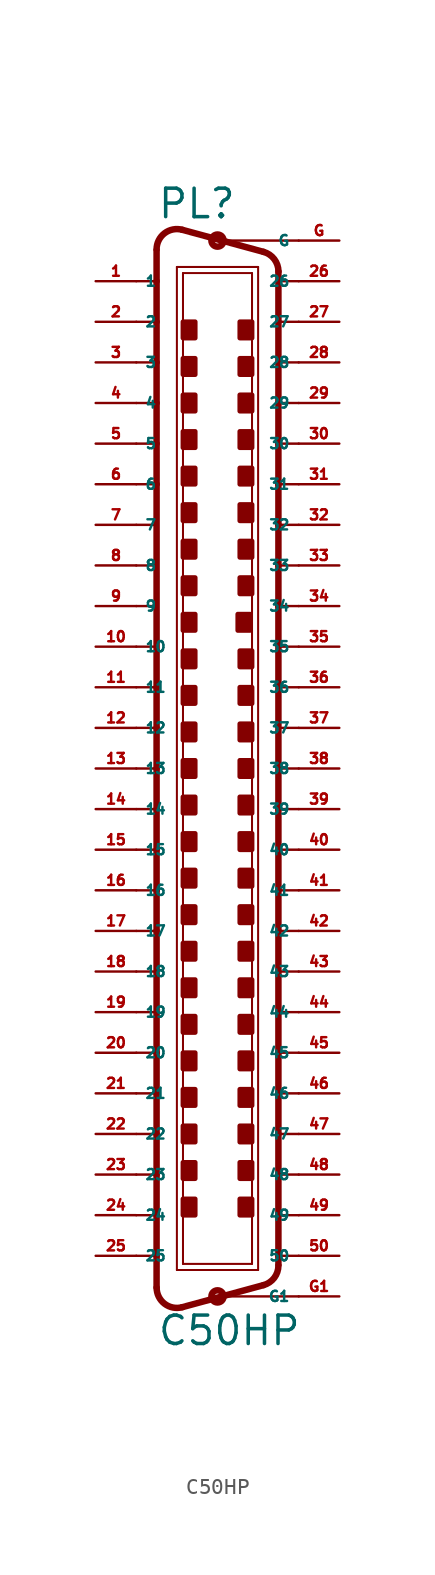
<source format=kicad_sym>
(kicad_symbol_lib
  (version 20220914)
  (generator Eagle2Kicad)
  (symbol "C50HP"
    (property "Reference" "PL"
      (at -3.81 34.29 0)
      (effects (font (size 1.778 1.778) (thickness 0.22)) (justify left bottom)))
    (property "Value" "C50HP"
      (at -3.81 -36.195 0)
      (effects (font (size 1.778 1.778) (thickness 0.22)) (justify left bottom)))
    (polyline
      (pts (xy -2.54 31.369) (xy 2.54 31.369))
      (stroke (width 0.127) (type default))
      (fill (type none)))
    (polyline
      (pts (xy -2.54 -31.369) (xy 2.54 -31.369))
      (stroke (width 0.127) (type default))
      (fill (type none)))
    (polyline
      (pts (xy -2.159 30.988) (xy 2.159 30.988))
      (stroke (width 0.127) (type default))
      (fill (type none)))
    (polyline
      (pts (xy 2.159 -30.988) (xy -2.159 -30.988))
      (stroke (width 0.127) (type default))
      (fill (type none)))
    (polyline
      (pts (xy 2.873 32.315) (xy -2.207 33.695))
      (stroke (width 0.406) (type default))
      (fill (type none)))
    (polyline
      (pts (xy 2.873 -32.315) (xy -2.207 -33.695))
      (stroke (width 0.406) (type default))
      (fill (type none)))
    (polyline
      (pts (xy -2.54 -31.369) (xy -2.54 31.369))
      (stroke (width 0.127) (type default))
      (fill (type none)))
    (polyline
      (pts (xy -3.81 32.424) (xy -3.81 30.48))
      (stroke (width 0.406) (type default))
      (fill (type none)))
    (polyline
      (pts (xy -3.81 30.48) (xy -3.81 27.94))
      (stroke (width 0.406) (type default))
      (fill (type none)))
    (polyline
      (pts (xy -3.81 27.94) (xy -3.81 25.4))
      (stroke (width 0.406) (type default))
      (fill (type none)))
    (polyline
      (pts (xy -3.81 25.4) (xy -3.81 22.86))
      (stroke (width 0.406) (type default))
      (fill (type none)))
    (polyline
      (pts (xy -3.81 22.86) (xy -3.81 20.32))
      (stroke (width 0.406) (type default))
      (fill (type none)))
    (polyline
      (pts (xy -3.81 20.32) (xy -3.81 17.78))
      (stroke (width 0.406) (type default))
      (fill (type none)))
    (polyline
      (pts (xy -3.81 17.78) (xy -3.81 5.08))
      (stroke (width 0.406) (type default))
      (fill (type none)))
    (polyline
      (pts (xy -3.81 5.08) (xy -3.81 2.54))
      (stroke (width 0.406) (type default))
      (fill (type none)))
    (polyline
      (pts (xy -3.81 2.54) (xy -3.81 0))
      (stroke (width 0.406) (type default))
      (fill (type none)))
    (polyline
      (pts (xy -3.81 0) (xy -3.81 -2.54))
      (stroke (width 0.406) (type default))
      (fill (type none)))
    (polyline
      (pts (xy -3.81 -2.54) (xy -3.81 -5.08))
      (stroke (width 0.406) (type default))
      (fill (type none)))
    (polyline
      (pts (xy -3.81 -5.08) (xy -3.81 -7.62))
      (stroke (width 0.406) (type default))
      (fill (type none)))
    (polyline
      (pts (xy -3.81 -7.62) (xy -3.81 -10.16))
      (stroke (width 0.406) (type default))
      (fill (type none)))
    (polyline
      (pts (xy -3.81 -10.16) (xy -3.81 -17.78))
      (stroke (width 0.406) (type default))
      (fill (type none)))
    (polyline
      (pts (xy -3.81 -17.78) (xy -3.81 -20.32))
      (stroke (width 0.406) (type default))
      (fill (type none)))
    (polyline
      (pts (xy -3.81 -20.32) (xy -3.81 -22.86))
      (stroke (width 0.406) (type default))
      (fill (type none)))
    (polyline
      (pts (xy -3.81 -22.86) (xy -3.81 -25.4))
      (stroke (width 0.406) (type default))
      (fill (type none)))
    (polyline
      (pts (xy -3.81 -25.4) (xy -3.81 -27.94))
      (stroke (width 0.406) (type default))
      (fill (type none)))
    (polyline
      (pts (xy -3.81 -27.94) (xy -3.81 -30.48))
      (stroke (width 0.406) (type default))
      (fill (type none)))
    (polyline
      (pts (xy -3.81 -30.48) (xy -3.81 -32.47))
      (stroke (width 0.406) (type default))
      (fill (type none)))
    (arc
      (start -3.81 -32.4698)
      (mid -3.311 -33.479)
      (end -2.207 -33.6954)
      (stroke (width 0.4064) (type default))
      (fill (type none)))
    (arc
      (start -2.207 33.6953)
      (mid -3.311 33.479)
      (end -3.81 32.4698)
      (stroke (width 0.4064) (type default))
      (fill (type none)))
    (polyline
      (pts (xy -2.159 -30.988) (xy -2.159 30.988))
      (stroke (width 0.127) (type default))
      (fill (type none)))
    (polyline
      (pts (xy 2.54 -31.369) (xy 2.54 31.369))
      (stroke (width 0.127) (type default))
      (fill (type none)))
    (polyline
      (pts (xy 3.81 -31.044) (xy 3.81 -30.48))
      (stroke (width 0.406) (type default))
      (fill (type none)))
    (polyline
      (pts (xy 3.81 -30.48) (xy 3.81 -27.94))
      (stroke (width 0.406) (type default))
      (fill (type none)))
    (polyline
      (pts (xy 3.81 -27.94) (xy 3.81 -25.4))
      (stroke (width 0.406) (type default))
      (fill (type none)))
    (polyline
      (pts (xy 3.81 -25.4) (xy 3.81 -22.86))
      (stroke (width 0.406) (type default))
      (fill (type none)))
    (polyline
      (pts (xy 3.81 -22.86) (xy 3.81 -20.32))
      (stroke (width 0.406) (type default))
      (fill (type none)))
    (polyline
      (pts (xy 3.81 -20.32) (xy 3.81 -17.78))
      (stroke (width 0.406) (type default))
      (fill (type none)))
    (polyline
      (pts (xy 3.81 -17.78) (xy 3.81 -10.16))
      (stroke (width 0.406) (type default))
      (fill (type none)))
    (polyline
      (pts (xy 3.81 -10.16) (xy 3.81 -7.62))
      (stroke (width 0.406) (type default))
      (fill (type none)))
    (polyline
      (pts (xy 3.81 -7.62) (xy 3.81 -5.08))
      (stroke (width 0.406) (type default))
      (fill (type none)))
    (polyline
      (pts (xy 3.81 -5.08) (xy 3.81 -2.54))
      (stroke (width 0.406) (type default))
      (fill (type none)))
    (polyline
      (pts (xy 3.81 -2.54) (xy 3.81 10.16))
      (stroke (width 0.406) (type default))
      (fill (type none)))
    (polyline
      (pts (xy 3.81 10.16) (xy 3.81 12.7))
      (stroke (width 0.406) (type default))
      (fill (type none)))
    (polyline
      (pts (xy 3.81 12.7) (xy 3.81 15.24))
      (stroke (width 0.406) (type default))
      (fill (type none)))
    (polyline
      (pts (xy 3.81 15.24) (xy 3.81 17.78))
      (stroke (width 0.406) (type default))
      (fill (type none)))
    (polyline
      (pts (xy 3.81 17.78) (xy 3.81 20.32))
      (stroke (width 0.406) (type default))
      (fill (type none)))
    (polyline
      (pts (xy 3.81 20.32) (xy 3.81 22.86))
      (stroke (width 0.406) (type default))
      (fill (type none)))
    (polyline
      (pts (xy 3.81 22.86) (xy 3.81 25.4))
      (stroke (width 0.406) (type default))
      (fill (type none)))
    (polyline
      (pts (xy 3.81 25.4) (xy 3.81 27.94))
      (stroke (width 0.406) (type default))
      (fill (type none)))
    (polyline
      (pts (xy 3.81 27.94) (xy 3.81 30.48))
      (stroke (width 0.406) (type default))
      (fill (type none)))
    (polyline
      (pts (xy 3.81 30.48) (xy 3.81 31.09))
      (stroke (width 0.406) (type default))
      (fill (type none)))
    (arc
      (start 2.873 -32.3151)
      (mid 3.549 -31.861)
      (end 3.81 -31.0896)
      (stroke (width 0.4064) (type default))
      (fill (type none)))
    (polyline
      (pts (xy 2.159 30.988) (xy 2.159 -30.988))
      (stroke (width 0.127) (type default))
      (fill (type none)))
    (arc
      (start 3.81 31.0896)
      (mid 3.549 31.861)
      (end 2.873 32.3152)
      (stroke (width 0.4064) (type default))
      (fill (type none)))
    (polyline
      (pts (xy -5.08 30.48) (xy -3.81 30.48))
      (stroke (width 0.152) (type default))
      (fill (type none)))
    (polyline
      (pts (xy -5.08 27.94) (xy -3.81 27.94))
      (stroke (width 0.152) (type default))
      (fill (type none)))
    (polyline
      (pts (xy -5.08 25.4) (xy -3.81 25.4))
      (stroke (width 0.152) (type default))
      (fill (type none)))
    (polyline
      (pts (xy -5.08 -22.86) (xy -3.81 -22.86))
      (stroke (width 0.152) (type default))
      (fill (type none)))
    (polyline
      (pts (xy -5.08 -25.4) (xy -3.81 -25.4))
      (stroke (width 0.152) (type default))
      (fill (type none)))
    (polyline
      (pts (xy -5.08 -27.94) (xy -3.81 -27.94))
      (stroke (width 0.152) (type default))
      (fill (type none)))
    (polyline
      (pts (xy -5.08 -30.48) (xy -3.81 -30.48))
      (stroke (width 0.152) (type default))
      (fill (type none)))
    (polyline
      (pts (xy 5.08 -30.48) (xy 3.81 -30.48))
      (stroke (width 0.152) (type default))
      (fill (type none)))
    (polyline
      (pts (xy 5.08 -27.94) (xy 3.81 -27.94))
      (stroke (width 0.152) (type default))
      (fill (type none)))
    (polyline
      (pts (xy 5.08 -25.4) (xy 3.81 -25.4))
      (stroke (width 0.152) (type default))
      (fill (type none)))
    (polyline
      (pts (xy 5.08 -22.86) (xy 3.81 -22.86))
      (stroke (width 0.152) (type default))
      (fill (type none)))
    (polyline
      (pts (xy 5.08 25.4) (xy 3.81 25.4))
      (stroke (width 0.152) (type default))
      (fill (type none)))
    (polyline
      (pts (xy 5.08 27.94) (xy 3.81 27.94))
      (stroke (width 0.152) (type default))
      (fill (type none)))
    (polyline
      (pts (xy 5.08 30.48) (xy 3.81 30.48))
      (stroke (width 0.152) (type default))
      (fill (type none)))
    (polyline
      (pts (xy 5.08 22.86) (xy 3.81 22.86))
      (stroke (width 0.152) (type default))
      (fill (type none)))
    (polyline
      (pts (xy 5.08 20.32) (xy 3.81 20.32))
      (stroke (width 0.152) (type default))
      (fill (type none)))
    (polyline
      (pts (xy 5.08 17.78) (xy 3.81 17.78))
      (stroke (width 0.152) (type default))
      (fill (type none)))
    (polyline
      (pts (xy 5.08 -17.78) (xy 3.81 -17.78))
      (stroke (width 0.152) (type default))
      (fill (type none)))
    (polyline
      (pts (xy 5.08 -20.32) (xy 3.81 -20.32))
      (stroke (width 0.152) (type default))
      (fill (type none)))
    (polyline
      (pts (xy -3.81 22.86) (xy -5.08 22.86))
      (stroke (width 0.152) (type default))
      (fill (type none)))
    (polyline
      (pts (xy -3.81 20.32) (xy -5.08 20.32))
      (stroke (width 0.152) (type default))
      (fill (type none)))
    (polyline
      (pts (xy -3.81 17.78) (xy -5.08 17.78))
      (stroke (width 0.152) (type default))
      (fill (type none)))
    (polyline
      (pts (xy -3.81 -17.78) (xy -5.08 -17.78))
      (stroke (width 0.152) (type default))
      (fill (type none)))
    (polyline
      (pts (xy -3.81 -20.32) (xy -5.08 -20.32))
      (stroke (width 0.152) (type default))
      (fill (type none)))
    (polyline
      (pts (xy -5.08 10.16) (xy -3.81 10.16))
      (stroke (width 0.152) (type default))
      (fill (type none)))
    (polyline
      (pts (xy -5.08 7.62) (xy -3.81 7.62))
      (stroke (width 0.152) (type default))
      (fill (type none)))
    (polyline
      (pts (xy -5.08 -12.7) (xy -3.81 -12.7))
      (stroke (width 0.152) (type default))
      (fill (type none)))
    (polyline
      (pts (xy -5.08 -15.24) (xy -3.81 -15.24))
      (stroke (width 0.152) (type default))
      (fill (type none)))
    (polyline
      (pts (xy -3.81 15.24) (xy -5.08 15.24))
      (stroke (width 0.152) (type default))
      (fill (type none)))
    (polyline
      (pts (xy -3.81 12.7) (xy -5.08 12.7))
      (stroke (width 0.152) (type default))
      (fill (type none)))
    (polyline
      (pts (xy 5.08 0) (xy 3.81 0))
      (stroke (width 0.152) (type default))
      (fill (type none)))
    (polyline
      (pts (xy 5.08 2.54) (xy 3.81 2.54))
      (stroke (width 0.152) (type default))
      (fill (type none)))
    (polyline
      (pts (xy 5.08 5.08) (xy 3.81 5.08))
      (stroke (width 0.152) (type default))
      (fill (type none)))
    (polyline
      (pts (xy 5.08 7.62) (xy 3.81 7.62))
      (stroke (width 0.152) (type default))
      (fill (type none)))
    (polyline
      (pts (xy 3.81 -15.24) (xy 5.08 -15.24))
      (stroke (width 0.152) (type default))
      (fill (type none)))
    (polyline
      (pts (xy 3.81 -12.7) (xy 5.08 -12.7))
      (stroke (width 0.152) (type default))
      (fill (type none)))
    (polyline
      (pts (xy 5.08 33.02) (xy 0 33.02))
      (stroke (width 0.152) (type default))
      (fill (type none)))
    (polyline
      (pts (xy -5.08 5.08) (xy -3.81 5.08))
      (stroke (width 0.152) (type default))
      (fill (type none)))
    (polyline
      (pts (xy -5.08 2.54) (xy -3.81 2.54))
      (stroke (width 0.152) (type default))
      (fill (type none)))
    (polyline
      (pts (xy -5.08 0) (xy -3.81 0))
      (stroke (width 0.152) (type default))
      (fill (type none)))
    (polyline
      (pts (xy -5.08 -2.54) (xy -3.81 -2.54))
      (stroke (width 0.152) (type default))
      (fill (type none)))
    (polyline
      (pts (xy -5.08 -5.08) (xy -3.81 -5.08))
      (stroke (width 0.152) (type default))
      (fill (type none)))
    (polyline
      (pts (xy -5.08 -7.62) (xy -3.81 -7.62))
      (stroke (width 0.152) (type default))
      (fill (type none)))
    (polyline
      (pts (xy 5.08 -2.54) (xy 3.81 -2.54))
      (stroke (width 0.152) (type default))
      (fill (type none)))
    (polyline
      (pts (xy 5.08 -5.08) (xy 3.81 -5.08))
      (stroke (width 0.152) (type default))
      (fill (type none)))
    (polyline
      (pts (xy 5.08 -7.62) (xy 3.81 -7.62))
      (stroke (width 0.152) (type default))
      (fill (type none)))
    (polyline
      (pts (xy 5.08 -10.16) (xy 3.81 -10.16))
      (stroke (width 0.152) (type default))
      (fill (type none)))
    (polyline
      (pts (xy -5.08 -10.16) (xy -3.81 -10.16))
      (stroke (width 0.152) (type default))
      (fill (type none)))
    (polyline
      (pts (xy 5.08 -33.02) (xy 0 -33.02))
      (stroke (width 0.152) (type default))
      (fill (type none)))
    (polyline
      (pts (xy 5.08 10.16) (xy 3.81 10.16))
      (stroke (width 0.152) (type default))
      (fill (type none)))
    (polyline
      (pts (xy 5.08 12.7) (xy 3.81 12.7))
      (stroke (width 0.152) (type default))
      (fill (type none)))
    (polyline
      (pts (xy 5.08 15.24) (xy 3.81 15.24))
      (stroke (width 0.152) (type default))
      (fill (type none)))
    (circle
      (center 0 33.02)
      (radius 0.381)
      (stroke (width 0.406) (type default))
      (fill (type none)))
    (circle
      (center 0 -33.02)
      (radius 0.381)
      (stroke (width 0.406) (type default))
      (fill (type none)))
    (rectangle
      (start -2.159 26.924)
      (end -1.397 27.94)
      (stroke (width 0.3) (type default))
      (fill (type outline)))
    (rectangle
      (start -2.159 24.638)
      (end -1.397 25.654)
      (stroke (width 0.3) (type default))
      (fill (type outline)))
    (rectangle
      (start 1.397 26.924)
      (end 2.159 27.94)
      (stroke (width 0.3) (type default))
      (fill (type outline)))
    (rectangle
      (start 1.397 24.638)
      (end 2.159 25.654)
      (stroke (width 0.3) (type default))
      (fill (type outline)))
    (rectangle
      (start -2.159 22.352)
      (end -1.397 23.368)
      (stroke (width 0.3) (type default))
      (fill (type outline)))
    (rectangle
      (start -2.159 20.066)
      (end -1.397 21.082)
      (stroke (width 0.3) (type default))
      (fill (type outline)))
    (rectangle
      (start 1.397 22.352)
      (end 2.159 23.368)
      (stroke (width 0.3) (type default))
      (fill (type outline)))
    (rectangle
      (start 1.397 20.066)
      (end 2.159 21.082)
      (stroke (width 0.3) (type default))
      (fill (type outline)))
    (rectangle
      (start -2.159 17.78)
      (end -1.397 18.796)
      (stroke (width 0.3) (type default))
      (fill (type outline)))
    (rectangle
      (start -2.159 -21.082)
      (end -1.397 -20.066)
      (stroke (width 0.3) (type default))
      (fill (type outline)))
    (rectangle
      (start 1.397 -21.082)
      (end 2.159 -20.066)
      (stroke (width 0.3) (type default))
      (fill (type outline)))
    (rectangle
      (start 1.397 -23.368)
      (end 2.159 -22.352)
      (stroke (width 0.3) (type default))
      (fill (type outline)))
    (rectangle
      (start -2.159 -23.368)
      (end -1.397 -22.352)
      (stroke (width 0.3) (type default))
      (fill (type outline)))
    (rectangle
      (start -2.159 -25.654)
      (end -1.397 -24.638)
      (stroke (width 0.3) (type default))
      (fill (type outline)))
    (rectangle
      (start 1.397 -18.796)
      (end 2.159 -17.78)
      (stroke (width 0.3) (type default))
      (fill (type outline)))
    (rectangle
      (start 1.397 -25.654)
      (end 2.159 -24.638)
      (stroke (width 0.3) (type default))
      (fill (type outline)))
    (rectangle
      (start -2.159 -27.94)
      (end -1.397 -26.924)
      (stroke (width 0.3) (type default))
      (fill (type outline)))
    (rectangle
      (start 1.397 -27.94)
      (end 2.159 -26.924)
      (stroke (width 0.3) (type default))
      (fill (type outline)))
    (rectangle
      (start -2.159 15.494)
      (end -1.397 16.51)
      (stroke (width 0.3) (type default))
      (fill (type outline)))
    (rectangle
      (start -2.159 -16.51)
      (end -1.397 -15.494)
      (stroke (width 0.3) (type default))
      (fill (type outline)))
    (rectangle
      (start -2.159 -18.796)
      (end -1.397 -17.78)
      (stroke (width 0.3) (type default))
      (fill (type outline)))
    (rectangle
      (start 1.397 -16.51)
      (end 2.159 -15.494)
      (stroke (width 0.3) (type default))
      (fill (type outline)))
    (rectangle
      (start 1.397 15.494)
      (end 2.159 16.51)
      (stroke (width 0.3) (type default))
      (fill (type outline)))
    (rectangle
      (start 1.397 17.78)
      (end 2.159 18.796)
      (stroke (width 0.3) (type default))
      (fill (type outline)))
    (rectangle
      (start -2.159 6.35)
      (end -1.397 7.366)
      (stroke (width 0.3) (type default))
      (fill (type outline)))
    (rectangle
      (start -2.159 4.064)
      (end -1.397 5.08)
      (stroke (width 0.3) (type default))
      (fill (type outline)))
    (rectangle
      (start -2.159 1.778)
      (end -1.397 2.794)
      (stroke (width 0.3) (type default))
      (fill (type outline)))
    (rectangle
      (start -2.159 -0.508)
      (end -1.397 0.508)
      (stroke (width 0.3) (type default))
      (fill (type outline)))
    (rectangle
      (start -2.159 -11.938)
      (end -1.397 -10.922)
      (stroke (width 0.3) (type default))
      (fill (type outline)))
    (rectangle
      (start -2.159 -14.224)
      (end -1.397 -13.208)
      (stroke (width 0.3) (type default))
      (fill (type outline)))
    (rectangle
      (start 1.397 6.35)
      (end 2.159 7.366)
      (stroke (width 0.3) (type default))
      (fill (type outline)))
    (rectangle
      (start 1.397 4.064)
      (end 2.159 5.08)
      (stroke (width 0.3) (type default))
      (fill (type outline)))
    (rectangle
      (start 1.397 1.778)
      (end 2.159 2.794)
      (stroke (width 0.3) (type default))
      (fill (type outline)))
    (rectangle
      (start 1.397 -0.508)
      (end 2.159 0.508)
      (stroke (width 0.3) (type default))
      (fill (type outline)))
    (rectangle
      (start 1.397 -11.938)
      (end 2.159 -10.922)
      (stroke (width 0.3) (type default))
      (fill (type outline)))
    (rectangle
      (start 1.397 -14.224)
      (end 2.159 -13.208)
      (stroke (width 0.3) (type default))
      (fill (type outline)))
    (rectangle
      (start -2.159 13.208)
      (end -1.397 14.224)
      (stroke (width 0.3) (type default))
      (fill (type outline)))
    (rectangle
      (start 1.397 13.208)
      (end 2.159 14.224)
      (stroke (width 0.3) (type default))
      (fill (type outline)))
    (rectangle
      (start -2.159 10.922)
      (end -1.397 11.938)
      (stroke (width 0.3) (type default))
      (fill (type outline)))
    (rectangle
      (start 1.397 10.922)
      (end 2.159 11.938)
      (stroke (width 0.3) (type default))
      (fill (type outline)))
    (rectangle
      (start -2.159 8.636)
      (end -1.397 9.652)
      (stroke (width 0.3) (type default))
      (fill (type outline)))
    (rectangle
      (start 1.27 8.636)
      (end 2.032 9.652)
      (stroke (width 0.3) (type default))
      (fill (type outline)))
    (rectangle
      (start -2.159 -2.794)
      (end -1.397 -1.778)
      (stroke (width 0.3) (type default))
      (fill (type outline)))
    (rectangle
      (start -2.159 -5.08)
      (end -1.397 -4.064)
      (stroke (width 0.3) (type default))
      (fill (type outline)))
    (rectangle
      (start -2.159 -7.366)
      (end -1.397 -6.35)
      (stroke (width 0.3) (type default))
      (fill (type outline)))
    (rectangle
      (start -2.159 -9.652)
      (end -1.397 -8.636)
      (stroke (width 0.3) (type default))
      (fill (type outline)))
    (rectangle
      (start 1.397 -2.794)
      (end 2.159 -1.778)
      (stroke (width 0.3) (type default))
      (fill (type outline)))
    (rectangle
      (start 1.397 -5.08)
      (end 2.159 -4.064)
      (stroke (width 0.3) (type default))
      (fill (type outline)))
    (rectangle
      (start 1.397 -7.366)
      (end 2.159 -6.35)
      (stroke (width 0.3) (type default))
      (fill (type outline)))
    (rectangle
      (start 1.397 -9.652)
      (end 2.159 -8.636)
      (stroke (width 0.3) (type default))
      (fill (type outline)))
    (pin passive line
      (at 7.62 33.02 180)
      (length 2.54)
      (name "G" (effects (font (size 0.635 0.635) (thickness 0.08)) (justify left bottom)))
      (number "G" (effects (font (size 0.635 0.635) (thickness 0.08)) (justify left bottom))))
    (pin passive line
      (at 7.62 -33.02 180)
      (length 2.54)
      (name "G1" (effects (font (size 0.635 0.635) (thickness 0.08)) (justify left bottom)))
      (number "G1" (effects (font (size 0.635 0.635) (thickness 0.08)) (justify left bottom))))
    (pin passive line
      (at -7.62 30.48 0)
      (length 2.54)
      (name "1" (effects (font (size 0.635 0.635) (thickness 0.08)) (justify left bottom)))
      (number "1" (effects (font (size 0.635 0.635) (thickness 0.08)) (justify left bottom))))
    (pin passive line
      (at -7.62 27.94 0)
      (length 2.54)
      (name "2" (effects (font (size 0.635 0.635) (thickness 0.08)) (justify left bottom)))
      (number "2" (effects (font (size 0.635 0.635) (thickness 0.08)) (justify left bottom))))
    (pin passive line
      (at -7.62 25.4 0)
      (length 2.54)
      (name "3" (effects (font (size 0.635 0.635) (thickness 0.08)) (justify left bottom)))
      (number "3" (effects (font (size 0.635 0.635) (thickness 0.08)) (justify left bottom))))
    (pin passive line
      (at -7.62 22.86 0)
      (length 2.54)
      (name "4" (effects (font (size 0.635 0.635) (thickness 0.08)) (justify left bottom)))
      (number "4" (effects (font (size 0.635 0.635) (thickness 0.08)) (justify left bottom))))
    (pin passive line
      (at -7.62 20.32 0)
      (length 2.54)
      (name "5" (effects (font (size 0.635 0.635) (thickness 0.08)) (justify left bottom)))
      (number "5" (effects (font (size 0.635 0.635) (thickness 0.08)) (justify left bottom))))
    (pin passive line
      (at -7.62 17.78 0)
      (length 2.54)
      (name "6" (effects (font (size 0.635 0.635) (thickness 0.08)) (justify left bottom)))
      (number "6" (effects (font (size 0.635 0.635) (thickness 0.08)) (justify left bottom))))
    (pin passive line
      (at -7.62 15.24 0)
      (length 2.54)
      (name "7" (effects (font (size 0.635 0.635) (thickness 0.08)) (justify left bottom)))
      (number "7" (effects (font (size 0.635 0.635) (thickness 0.08)) (justify left bottom))))
    (pin passive line
      (at -7.62 12.7 0)
      (length 2.54)
      (name "8" (effects (font (size 0.635 0.635) (thickness 0.08)) (justify left bottom)))
      (number "8" (effects (font (size 0.635 0.635) (thickness 0.08)) (justify left bottom))))
    (pin passive line
      (at -7.62 10.16 0)
      (length 2.54)
      (name "9" (effects (font (size 0.635 0.635) (thickness 0.08)) (justify left bottom)))
      (number "9" (effects (font (size 0.635 0.635) (thickness 0.08)) (justify left bottom))))
    (pin passive line
      (at -7.62 7.62 0)
      (length 2.54)
      (name "10" (effects (font (size 0.635 0.635) (thickness 0.08)) (justify left bottom)))
      (number "10" (effects (font (size 0.635 0.635) (thickness 0.08)) (justify left bottom))))
    (pin passive line
      (at -7.62 5.08 0)
      (length 2.54)
      (name "11" (effects (font (size 0.635 0.635) (thickness 0.08)) (justify left bottom)))
      (number "11" (effects (font (size 0.635 0.635) (thickness 0.08)) (justify left bottom))))
    (pin passive line
      (at -7.62 2.54 0)
      (length 2.54)
      (name "12" (effects (font (size 0.635 0.635) (thickness 0.08)) (justify left bottom)))
      (number "12" (effects (font (size 0.635 0.635) (thickness 0.08)) (justify left bottom))))
    (pin passive line
      (at -7.62 0 0)
      (length 2.54)
      (name "13" (effects (font (size 0.635 0.635) (thickness 0.08)) (justify left bottom)))
      (number "13" (effects (font (size 0.635 0.635) (thickness 0.08)) (justify left bottom))))
    (pin passive line
      (at -7.62 -2.54 0)
      (length 2.54)
      (name "14" (effects (font (size 0.635 0.635) (thickness 0.08)) (justify left bottom)))
      (number "14" (effects (font (size 0.635 0.635) (thickness 0.08)) (justify left bottom))))
    (pin passive line
      (at -7.62 -5.08 0)
      (length 2.54)
      (name "15" (effects (font (size 0.635 0.635) (thickness 0.08)) (justify left bottom)))
      (number "15" (effects (font (size 0.635 0.635) (thickness 0.08)) (justify left bottom))))
    (pin passive line
      (at -7.62 -7.62 0)
      (length 2.54)
      (name "16" (effects (font (size 0.635 0.635) (thickness 0.08)) (justify left bottom)))
      (number "16" (effects (font (size 0.635 0.635) (thickness 0.08)) (justify left bottom))))
    (pin passive line
      (at -7.62 -10.16 0)
      (length 2.54)
      (name "17" (effects (font (size 0.635 0.635) (thickness 0.08)) (justify left bottom)))
      (number "17" (effects (font (size 0.635 0.635) (thickness 0.08)) (justify left bottom))))
    (pin passive line
      (at -7.62 -12.7 0)
      (length 2.54)
      (name "18" (effects (font (size 0.635 0.635) (thickness 0.08)) (justify left bottom)))
      (number "18" (effects (font (size 0.635 0.635) (thickness 0.08)) (justify left bottom))))
    (pin passive line
      (at -7.62 -15.24 0)
      (length 2.54)
      (name "19" (effects (font (size 0.635 0.635) (thickness 0.08)) (justify left bottom)))
      (number "19" (effects (font (size 0.635 0.635) (thickness 0.08)) (justify left bottom))))
    (pin passive line
      (at -7.62 -17.78 0)
      (length 2.54)
      (name "20" (effects (font (size 0.635 0.635) (thickness 0.08)) (justify left bottom)))
      (number "20" (effects (font (size 0.635 0.635) (thickness 0.08)) (justify left bottom))))
    (pin passive line
      (at -7.62 -20.32 0)
      (length 2.54)
      (name "21" (effects (font (size 0.635 0.635) (thickness 0.08)) (justify left bottom)))
      (number "21" (effects (font (size 0.635 0.635) (thickness 0.08)) (justify left bottom))))
    (pin passive line
      (at -7.62 -22.86 0)
      (length 2.54)
      (name "22" (effects (font (size 0.635 0.635) (thickness 0.08)) (justify left bottom)))
      (number "22" (effects (font (size 0.635 0.635) (thickness 0.08)) (justify left bottom))))
    (pin passive line
      (at -7.62 -25.4 0)
      (length 2.54)
      (name "23" (effects (font (size 0.635 0.635) (thickness 0.08)) (justify left bottom)))
      (number "23" (effects (font (size 0.635 0.635) (thickness 0.08)) (justify left bottom))))
    (pin passive line
      (at -7.62 -27.94 0)
      (length 2.54)
      (name "24" (effects (font (size 0.635 0.635) (thickness 0.08)) (justify left bottom)))
      (number "24" (effects (font (size 0.635 0.635) (thickness 0.08)) (justify left bottom))))
    (pin passive line
      (at -7.62 -30.48 0)
      (length 2.54)
      (name "25" (effects (font (size 0.635 0.635) (thickness 0.08)) (justify left bottom)))
      (number "25" (effects (font (size 0.635 0.635) (thickness 0.08)) (justify left bottom))))
    (pin passive line
      (at 7.62 30.48 180)
      (length 2.54)
      (name "26" (effects (font (size 0.635 0.635) (thickness 0.08)) (justify left bottom)))
      (number "26" (effects (font (size 0.635 0.635) (thickness 0.08)) (justify left bottom))))
    (pin passive line
      (at 7.62 27.94 180)
      (length 2.54)
      (name "27" (effects (font (size 0.635 0.635) (thickness 0.08)) (justify left bottom)))
      (number "27" (effects (font (size 0.635 0.635) (thickness 0.08)) (justify left bottom))))
    (pin passive line
      (at 7.62 25.4 180)
      (length 2.54)
      (name "28" (effects (font (size 0.635 0.635) (thickness 0.08)) (justify left bottom)))
      (number "28" (effects (font (size 0.635 0.635) (thickness 0.08)) (justify left bottom))))
    (pin passive line
      (at 7.62 22.86 180)
      (length 2.54)
      (name "29" (effects (font (size 0.635 0.635) (thickness 0.08)) (justify left bottom)))
      (number "29" (effects (font (size 0.635 0.635) (thickness 0.08)) (justify left bottom))))
    (pin passive line
      (at 7.62 20.32 180)
      (length 2.54)
      (name "30" (effects (font (size 0.635 0.635) (thickness 0.08)) (justify left bottom)))
      (number "30" (effects (font (size 0.635 0.635) (thickness 0.08)) (justify left bottom))))
    (pin passive line
      (at 7.62 17.78 180)
      (length 2.54)
      (name "31" (effects (font (size 0.635 0.635) (thickness 0.08)) (justify left bottom)))
      (number "31" (effects (font (size 0.635 0.635) (thickness 0.08)) (justify left bottom))))
    (pin passive line
      (at 7.62 15.24 180)
      (length 2.54)
      (name "32" (effects (font (size 0.635 0.635) (thickness 0.08)) (justify left bottom)))
      (number "32" (effects (font (size 0.635 0.635) (thickness 0.08)) (justify left bottom))))
    (pin passive line
      (at 7.62 12.7 180)
      (length 2.54)
      (name "33" (effects (font (size 0.635 0.635) (thickness 0.08)) (justify left bottom)))
      (number "33" (effects (font (size 0.635 0.635) (thickness 0.08)) (justify left bottom))))
    (pin passive line
      (at 7.62 10.16 180)
      (length 2.54)
      (name "34" (effects (font (size 0.635 0.635) (thickness 0.08)) (justify left bottom)))
      (number "34" (effects (font (size 0.635 0.635) (thickness 0.08)) (justify left bottom))))
    (pin passive line
      (at 7.62 7.62 180)
      (length 2.54)
      (name "35" (effects (font (size 0.635 0.635) (thickness 0.08)) (justify left bottom)))
      (number "35" (effects (font (size 0.635 0.635) (thickness 0.08)) (justify left bottom))))
    (pin passive line
      (at 7.62 5.08 180)
      (length 2.54)
      (name "36" (effects (font (size 0.635 0.635) (thickness 0.08)) (justify left bottom)))
      (number "36" (effects (font (size 0.635 0.635) (thickness 0.08)) (justify left bottom))))
    (pin passive line
      (at 7.62 2.54 180)
      (length 2.54)
      (name "37" (effects (font (size 0.635 0.635) (thickness 0.08)) (justify left bottom)))
      (number "37" (effects (font (size 0.635 0.635) (thickness 0.08)) (justify left bottom))))
    (pin passive line
      (at 7.62 0 180)
      (length 2.54)
      (name "38" (effects (font (size 0.635 0.635) (thickness 0.08)) (justify left bottom)))
      (number "38" (effects (font (size 0.635 0.635) (thickness 0.08)) (justify left bottom))))
    (pin passive line
      (at 7.62 -2.54 180)
      (length 2.54)
      (name "39" (effects (font (size 0.635 0.635) (thickness 0.08)) (justify left bottom)))
      (number "39" (effects (font (size 0.635 0.635) (thickness 0.08)) (justify left bottom))))
    (pin passive line
      (at 7.62 -5.08 180)
      (length 2.54)
      (name "40" (effects (font (size 0.635 0.635) (thickness 0.08)) (justify left bottom)))
      (number "40" (effects (font (size 0.635 0.635) (thickness 0.08)) (justify left bottom))))
    (pin passive line
      (at 7.62 -7.62 180)
      (length 2.54)
      (name "41" (effects (font (size 0.635 0.635) (thickness 0.08)) (justify left bottom)))
      (number "41" (effects (font (size 0.635 0.635) (thickness 0.08)) (justify left bottom))))
    (pin passive line
      (at 7.62 -10.16 180)
      (length 2.54)
      (name "42" (effects (font (size 0.635 0.635) (thickness 0.08)) (justify left bottom)))
      (number "42" (effects (font (size 0.635 0.635) (thickness 0.08)) (justify left bottom))))
    (pin passive line
      (at 7.62 -12.7 180)
      (length 2.54)
      (name "43" (effects (font (size 0.635 0.635) (thickness 0.08)) (justify left bottom)))
      (number "43" (effects (font (size 0.635 0.635) (thickness 0.08)) (justify left bottom))))
    (pin passive line
      (at 7.62 -15.24 180)
      (length 2.54)
      (name "44" (effects (font (size 0.635 0.635) (thickness 0.08)) (justify left bottom)))
      (number "44" (effects (font (size 0.635 0.635) (thickness 0.08)) (justify left bottom))))
    (pin passive line
      (at 7.62 -17.78 180)
      (length 2.54)
      (name "45" (effects (font (size 0.635 0.635) (thickness 0.08)) (justify left bottom)))
      (number "45" (effects (font (size 0.635 0.635) (thickness 0.08)) (justify left bottom))))
    (pin passive line
      (at 7.62 -20.32 180)
      (length 2.54)
      (name "46" (effects (font (size 0.635 0.635) (thickness 0.08)) (justify left bottom)))
      (number "46" (effects (font (size 0.635 0.635) (thickness 0.08)) (justify left bottom))))
    (pin passive line
      (at 7.62 -22.86 180)
      (length 2.54)
      (name "47" (effects (font (size 0.635 0.635) (thickness 0.08)) (justify left bottom)))
      (number "47" (effects (font (size 0.635 0.635) (thickness 0.08)) (justify left bottom))))
    (pin passive line
      (at 7.62 -25.4 180)
      (length 2.54)
      (name "48" (effects (font (size 0.635 0.635) (thickness 0.08)) (justify left bottom)))
      (number "48" (effects (font (size 0.635 0.635) (thickness 0.08)) (justify left bottom))))
    (pin passive line
      (at 7.62 -27.94 180)
      (length 2.54)
      (name "49" (effects (font (size 0.635 0.635) (thickness 0.08)) (justify left bottom)))
      (number "49" (effects (font (size 0.635 0.635) (thickness 0.08)) (justify left bottom))))
    (pin passive line
      (at 7.62 -30.48 180)
      (length 2.54)
      (name "50" (effects (font (size 0.635 0.635) (thickness 0.08)) (justify left bottom)))
      (number "50" (effects (font (size 0.635 0.635) (thickness 0.08)) (justify left bottom))))))
</source>
